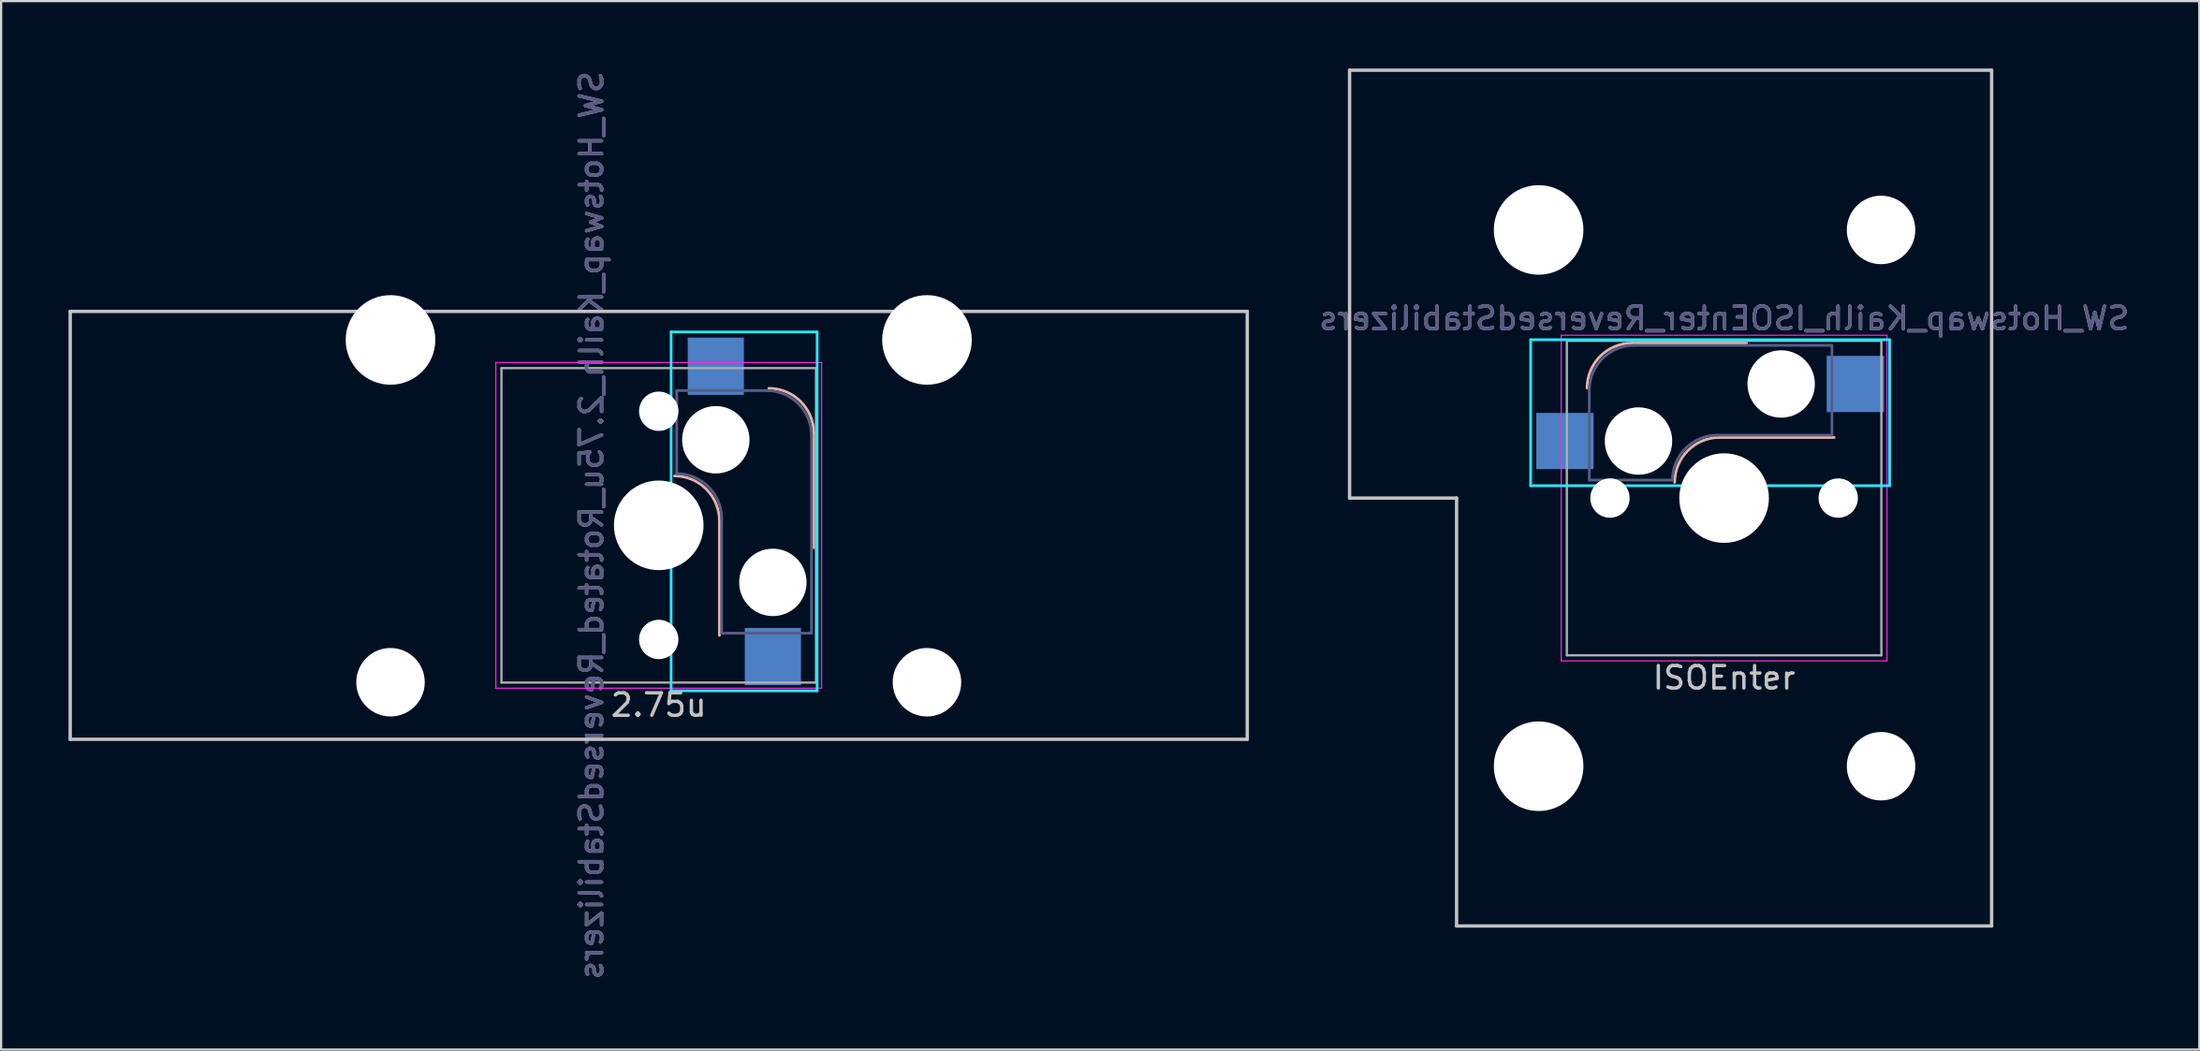
<source format=kicad_pcb>
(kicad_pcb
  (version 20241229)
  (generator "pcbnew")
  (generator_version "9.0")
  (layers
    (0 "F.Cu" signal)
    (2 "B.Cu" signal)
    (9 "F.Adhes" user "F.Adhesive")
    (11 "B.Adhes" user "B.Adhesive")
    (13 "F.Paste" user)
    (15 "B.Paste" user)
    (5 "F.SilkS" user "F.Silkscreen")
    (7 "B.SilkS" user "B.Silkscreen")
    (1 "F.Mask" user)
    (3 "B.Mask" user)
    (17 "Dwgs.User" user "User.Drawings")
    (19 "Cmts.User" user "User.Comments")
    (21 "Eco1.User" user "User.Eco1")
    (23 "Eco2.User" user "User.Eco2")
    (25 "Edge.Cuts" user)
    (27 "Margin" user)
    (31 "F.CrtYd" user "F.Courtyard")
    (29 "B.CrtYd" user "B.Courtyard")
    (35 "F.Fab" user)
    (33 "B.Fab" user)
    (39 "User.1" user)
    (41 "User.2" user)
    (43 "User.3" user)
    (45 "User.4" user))
  (footprint "SW_Hotswap_Kailh_ISOEnter_ReversedStabilizers"
    (layer "F.Cu")
    (at 73.686 19.125)
    (property "Reference" "SW_Hotswap_Kailh_ISOEnter_ReversedStabilizers" (at 0 -8 0) (layer "B.SilkS") (effects (font (size 1 1) (thickness 0.15)) (justify mirror)))
    (attr smd)
    (fp_line (start 1 -6.9) (end -4.1 -6.9) (stroke (width 0.12) (type solid)) (layer "B.SilkS"))
    (fp_line (start 4.9 -2.7) (end -0.2 -2.7) (stroke (width 0.12) (type solid)) (layer "B.SilkS"))
    (fp_arc (start -6.1 -4.9) (mid -5.514214 -6.314214) (end -4.1 -6.9) (stroke (width 0.12) (type solid)) (layer "B.SilkS"))
    (fp_arc (start -2.2 -0.7) (mid -1.614214 -2.114214) (end -0.2 -2.7) (stroke (width 0.12) (type solid)) (layer "B.SilkS"))
    (fp_line (start -16.669 -19.05) (end -16.669 0) (stroke (width 0.15) (type solid)) (layer "Dwgs.User"))
    (fp_line (start -16.669 -19.05) (end 11.906 -19.05) (stroke (width 0.15) (type solid)) (layer "Dwgs.User"))
    (fp_line (start -11.906 0) (end -16.669 0) (stroke (width 0.15) (type solid)) (layer "Dwgs.User"))
    (fp_line (start -11.906 19.05) (end -11.906 0) (stroke (width 0.15) (type solid)) (layer "Dwgs.User"))
    (fp_line (start -11.906 19.05) (end 11.906 19.05) (stroke (width 0.15) (type solid)) (layer "Dwgs.User"))
    (fp_line (start 11.906 -19.05) (end 11.906 19.05) (stroke (width 0.15) (type solid)) (layer "Dwgs.User"))
    (fp_line (start -8.61 -7.05) (end 7.367 -7.05) (stroke (width 0.12) (type solid)) (layer "B.CrtYd"))
    (fp_line (start -8.61 -0.55) (end -8.61 -7.05) (stroke (width 0.12) (type solid)) (layer "B.CrtYd"))
    (fp_line (start -8.61 -0.55) (end 7.367 -0.55) (stroke (width 0.12) (type solid)) (layer "B.CrtYd"))
    (fp_line (start 7.367 -7.05) (end 7.367 -0.55) (stroke (width 0.12) (type solid)) (layer "B.CrtYd"))
    (fp_line (start -7.25 -7.25) (end 7.25 -7.25) (stroke (width 0.05) (type solid)) (layer "F.CrtYd"))
    (fp_line (start -7.25 7.25) (end -7.25 -7.25) (stroke (width 0.05) (type solid)) (layer "F.CrtYd"))
    (fp_line (start 7.25 -7.25) (end 7.25 7.25) (stroke (width 0.05) (type solid)) (layer "F.CrtYd"))
    (fp_line (start 7.25 7.25) (end -7.25 7.25) (stroke (width 0.05) (type solid)) (layer "F.CrtYd"))
    (fp_line (start -6 -0.8) (end -6 -4.8) (stroke (width 0.12) (type solid)) (layer "B.Fab"))
    (fp_line (start -6 -0.8) (end -2.3 -0.8) (stroke (width 0.12) (type solid)) (layer "B.Fab"))
    (fp_line (start -4 -6.8) (end 4.8 -6.8) (stroke (width 0.12) (type solid)) (layer "B.Fab"))
    (fp_line (start -0.3 -2.8) (end 4.8 -2.8) (stroke (width 0.12) (type solid)) (layer "B.Fab"))
    (fp_line (start 4.8 -6.8) (end 4.8 -2.8) (stroke (width 0.12) (type solid)) (layer "B.Fab"))
    (fp_arc (start -6 -4.8) (mid -5.414214 -6.214214) (end -4 -6.8) (stroke (width 0.12) (type solid)) (layer "B.Fab"))
    (fp_arc (start -2.3 -0.8) (mid -1.714214 -2.214214) (end -0.3 -2.8) (stroke (width 0.12) (type solid)) (layer "B.Fab"))
    (fp_line (start -7 -7) (end 7 -7) (stroke (width 0.1) (type solid)) (layer "F.Fab"))
    (fp_line (start -7 7) (end -7 -7) (stroke (width 0.1) (type solid)) (layer "F.Fab"))
    (fp_line (start 7 -7) (end 7 7) (stroke (width 0.1) (type solid)) (layer "F.Fab"))
    (fp_line (start 7 7) (end -7 7) (stroke (width 0.1) (type solid)) (layer "F.Fab"))
    (fp_text user "ISOEnter" (at 0 8 0) (layer "Dwgs.User") (effects (font (size 1 1) (thickness 0.15))))
    (fp_text user "${REFERENCE}" (at 0 -8 0) (layer "B.Fab") (effects (font (size 1 1) (thickness 0.15)) (justify mirror)))
    (pad "" np_thru_hole circle (at -8.255 -11.938) (size 3.988 3.988) (drill 3.988) (layers "*.Cu" "*.Mask"))
    (pad "" np_thru_hole circle (at -8.255 11.938) (size 3.988 3.988) (drill 3.988) (layers "*.Cu" "*.Mask"))
    (pad "" np_thru_hole circle (at -5.08 0 48.1) (size 1.75 1.75) (drill 1.75) (layers "*.Cu" "*.Mask"))
    (pad "" np_thru_hole circle (at -3.81 -2.54) (size 3 3) (drill 3) (layers "*.Cu" "*.Mask"))
    (pad "" np_thru_hole circle (at 0 0) (size 3.988 3.988) (drill 3.988) (layers "*.Cu" "*.Mask"))
    (pad "" np_thru_hole circle (at 2.54 -5.08) (size 3 3) (drill 3) (layers "*.Cu" "*.Mask"))
    (pad "" np_thru_hole circle (at 5.08 0 48.1) (size 1.75 1.75) (drill 1.75) (layers "*.Cu" "*.Mask"))
    (pad "" np_thru_hole circle (at 6.985 -11.938) (size 3.048 3.048) (drill 3.048) (layers "*.Cu" "*.Mask"))
    (pad "" np_thru_hole circle (at 6.985 11.938) (size 3.048 3.048) (drill 3.048) (layers "*.Cu" "*.Mask"))
    (pad "1" smd rect (at -7.085 -2.54) (size 2.55 2.5) (layers "B.Cu" "B.Mask" "B.Paste"))
    (pad "2" smd rect (at 5.842 -5.08) (size 2.55 2.5) (layers "B.Cu" "B.Mask" "B.Paste")))
  (footprint "SW_Hotswap_Kailh_2.75u_Rotated_ReversedStabilizers"
    (layer "F.Cu")
    (at 26.269 20.339)
    (property "Reference" "SW_Hotswap_Kailh_2.75u_Rotated_ReversedStabilizers" (at -3 0 90) (layer "B.SilkS") (effects (font (size 1 1) (thickness 0.15)) (justify mirror)))
    (attr smd)
    (fp_line (start 2.7 4.9) (end 2.7 -0.2) (stroke (width 0.12) (type solid)) (layer "B.SilkS"))
    (fp_line (start 6.9 1) (end 6.9 -4.1) (stroke (width 0.12) (type solid)) (layer "B.SilkS"))
    (fp_arc (start 0.7 -2.2) (mid 2.114214 -1.614214) (end 2.7 -0.2) (stroke (width 0.12) (type solid)) (layer "B.SilkS"))
    (fp_arc (start 4.9 -6.1) (mid 6.314214 -5.514214) (end 6.9 -4.1) (stroke (width 0.12) (type solid)) (layer "B.SilkS"))
    (fp_line (start -26.194 -9.525) (end 26.194 -9.525) (stroke (width 0.15) (type solid)) (layer "Dwgs.User"))
    (fp_line (start -26.194 9.525) (end -26.194 -9.525) (stroke (width 0.15) (type solid)) (layer "Dwgs.User"))
    (fp_line (start 26.194 -9.525) (end 26.194 9.525) (stroke (width 0.15) (type solid)) (layer "Dwgs.User"))
    (fp_line (start 26.194 9.525) (end -26.194 9.525) (stroke (width 0.15) (type solid)) (layer "Dwgs.User"))
    (fp_line (start 0.55 -8.61) (end 0.55 7.367) (stroke (width 0.12) (type solid)) (layer "B.CrtYd"))
    (fp_line (start 0.55 -8.61) (end 7.05 -8.61) (stroke (width 0.12) (type solid)) (layer "B.CrtYd"))
    (fp_line (start 7.05 -8.61) (end 7.05 7.367) (stroke (width 0.12) (type solid)) (layer "B.CrtYd"))
    (fp_line (start 7.05 7.367) (end 0.55 7.367) (stroke (width 0.12) (type solid)) (layer "B.CrtYd"))
    (fp_line (start -7.25 -7.25) (end 7.25 -7.25) (stroke (width 0.05) (type solid)) (layer "F.CrtYd"))
    (fp_line (start -7.25 7.25) (end -7.25 -7.25) (stroke (width 0.05) (type solid)) (layer "F.CrtYd"))
    (fp_line (start 7.25 -7.25) (end 7.25 7.25) (stroke (width 0.05) (type solid)) (layer "F.CrtYd"))
    (fp_line (start 7.25 7.25) (end -7.25 7.25) (stroke (width 0.05) (type solid)) (layer "F.CrtYd"))
    (fp_line (start 0.8 -6) (end 0.8 -2.3) (stroke (width 0.12) (type solid)) (layer "B.Fab"))
    (fp_line (start 0.8 -6) (end 4.8 -6) (stroke (width 0.12) (type solid)) (layer "B.Fab"))
    (fp_line (start 2.8 -0.3) (end 2.8 4.8) (stroke (width 0.12) (type solid)) (layer "B.Fab"))
    (fp_line (start 6.8 -4) (end 6.8 4.8) (stroke (width 0.12) (type solid)) (layer "B.Fab"))
    (fp_line (start 6.8 4.8) (end 2.8 4.8) (stroke (width 0.12) (type solid)) (layer "B.Fab"))
    (fp_arc (start 0.8 -2.3) (mid 2.214214 -1.714214) (end 2.8 -0.3) (stroke (width 0.12) (type solid)) (layer "B.Fab"))
    (fp_arc (start 4.8 -6) (mid 6.214214 -5.414214) (end 6.8 -4) (stroke (width 0.12) (type solid)) (layer "B.Fab"))
    (fp_line (start -7 -7) (end 7 -7) (stroke (width 0.1) (type solid)) (layer "F.Fab"))
    (fp_line (start -7 7) (end -7 -7) (stroke (width 0.1) (type solid)) (layer "F.Fab"))
    (fp_line (start 7 -7) (end 7 7) (stroke (width 0.1) (type solid)) (layer "F.Fab"))
    (fp_line (start 7 7) (end -7 7) (stroke (width 0.1) (type solid)) (layer "F.Fab"))
    (fp_text user "2.75u" (at 0 8 0) (layer "Dwgs.User") (effects (font (size 1 1) (thickness 0.15))))
    (fp_text user "${REFERENCE}" (at -3 0 90) (layer "B.Fab") (effects (font (size 1 1) (thickness 0.15)) (justify mirror)))
    (pad "" np_thru_hole circle (at -11.938 -8.255) (size 3.988 3.988) (drill 3.988) (layers "*.Cu" "*.Mask"))
    (pad "" np_thru_hole circle (at -11.938 6.985) (size 3.048 3.048) (drill 3.048) (layers "*.Cu" "*.Mask"))
    (pad "" np_thru_hole circle (at 0 -5.08 318.1) (size 1.75 1.75) (drill 1.75) (layers "*.Cu" "*.Mask"))
    (pad "" np_thru_hole circle (at 0 0 270) (size 3.988 3.988) (drill 3.988) (layers "*.Cu" "*.Mask"))
    (pad "" np_thru_hole circle (at 0 5.08 318.1) (size 1.75 1.75) (drill 1.75) (layers "*.Cu" "*.Mask"))
    (pad "" np_thru_hole circle (at 2.54 -3.81 270) (size 3 3) (drill 3) (layers "*.Cu" "*.Mask"))
    (pad "" np_thru_hole circle (at 5.08 2.54 270) (size 3 3) (drill 3) (layers "*.Cu" "*.Mask"))
    (pad "" np_thru_hole circle (at 11.938 -8.255) (size 3.988 3.988) (drill 3.988) (layers "*.Cu" "*.Mask"))
    (pad "" np_thru_hole circle (at 11.938 6.985) (size 3.048 3.048) (drill 3.048) (layers "*.Cu" "*.Mask"))
    (pad "1" smd rect (at 2.54 -7.085 270) (size 2.55 2.5) (layers "B.Cu" "B.Mask" "B.Paste"))
    (pad "2" smd rect (at 5.08 5.842 270) (size 2.55 2.5) (layers "B.Cu" "B.Mask" "B.Paste")))
  (gr_rect
    (start -3 -3)
    (end 94.835 43.679)
    (stroke (width 0.1) (type default))
    (fill no)
    (layer "Edge.Cuts")))
</source>
